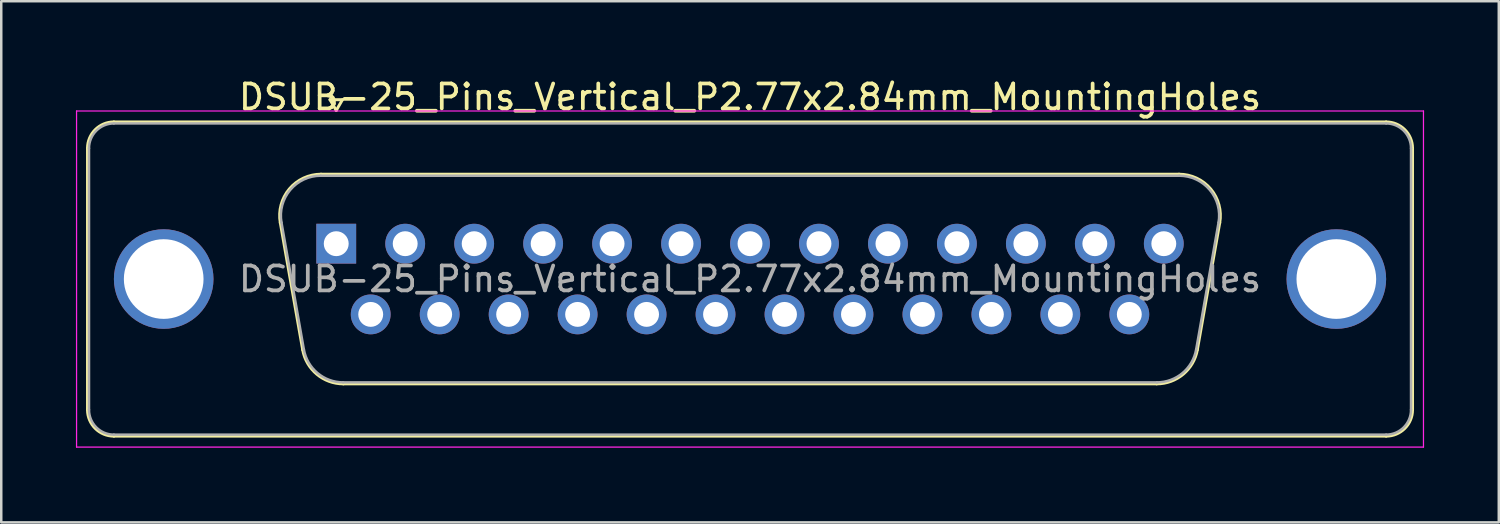
<source format=kicad_pcb>
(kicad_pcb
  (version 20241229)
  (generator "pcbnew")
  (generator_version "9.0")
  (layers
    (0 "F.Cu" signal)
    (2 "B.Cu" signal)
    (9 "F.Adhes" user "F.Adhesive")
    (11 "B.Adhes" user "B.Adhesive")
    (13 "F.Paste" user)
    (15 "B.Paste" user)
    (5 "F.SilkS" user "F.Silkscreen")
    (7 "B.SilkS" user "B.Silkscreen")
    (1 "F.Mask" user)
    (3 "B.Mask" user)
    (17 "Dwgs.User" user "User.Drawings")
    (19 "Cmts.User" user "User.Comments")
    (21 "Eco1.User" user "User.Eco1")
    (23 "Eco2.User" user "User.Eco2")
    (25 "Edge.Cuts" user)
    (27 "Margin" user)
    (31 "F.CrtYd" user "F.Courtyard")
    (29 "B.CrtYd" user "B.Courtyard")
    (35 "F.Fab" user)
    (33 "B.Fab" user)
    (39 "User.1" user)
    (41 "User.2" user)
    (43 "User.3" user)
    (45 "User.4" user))
  (footprint "DSUB-25_Pins_Vertical_P2.77x2.84mm_MountingHoles"
    (layer "F.Cu")
    (at 10.455 6.738)
    (property "Reference" "DSUB-25_Pins_Vertical_P2.77x2.84mm_MountingHoles" (at 16.62 -5.89 0) (layer "F.SilkS") (effects (font (size 1 1) (thickness 0.15))))
    (attr through_hole)
    (fp_line (start -9.99 6.67) (end -9.99 -3.83) (stroke (width 0.12) (type solid)) (layer "F.SilkS"))
    (fp_line (start -8.93 -4.89) (end 42.17 -4.89) (stroke (width 0.12) (type solid)) (layer "F.SilkS"))
    (fp_line (start -1.347 4.258) (end -2.246 -0.842) (stroke (width 0.12) (type solid)) (layer "F.SilkS"))
    (fp_line (start -0.612 -2.79) (end 33.852 -2.79) (stroke (width 0.12) (type solid)) (layer "F.SilkS"))
    (fp_line (start -0.25 -5.784) (end 0.25 -5.784) (stroke (width 0.12) (type solid)) (layer "F.SilkS"))
    (fp_line (start 0 -5.351) (end -0.25 -5.784) (stroke (width 0.12) (type solid)) (layer "F.SilkS"))
    (fp_line (start 0.25 -5.784) (end 0 -5.351) (stroke (width 0.12) (type solid)) (layer "F.SilkS"))
    (fp_line (start 32.952 5.63) (end 0.288 5.63) (stroke (width 0.12) (type solid)) (layer "F.SilkS"))
    (fp_line (start 35.486 -0.842) (end 34.587 4.258) (stroke (width 0.12) (type solid)) (layer "F.SilkS"))
    (fp_line (start 42.17 7.73) (end -8.93 7.73) (stroke (width 0.12) (type solid)) (layer "F.SilkS"))
    (fp_line (start 43.23 -3.83) (end 43.23 6.67) (stroke (width 0.12) (type solid)) (layer "F.SilkS"))
    (fp_arc (start -9.99 -3.83) (mid -9.679533 -4.579533) (end -8.93 -4.89) (stroke (width 0.12) (type solid)) (layer "F.SilkS"))
    (fp_arc (start -8.93 7.73) (mid -9.679533 7.419533) (end -9.99 6.67) (stroke (width 0.12) (type solid)) (layer "F.SilkS"))
    (fp_arc (start -2.24647 -0.841744) (mid -1.883323 -2.197027) (end -0.611689 -2.79) (stroke (width 0.12) (type solid)) (layer "F.SilkS"))
    (fp_arc (start 0.287579 5.63) (mid -0.779449 5.241634) (end -1.347202 4.258256) (stroke (width 0.12) (type solid)) (layer "F.SilkS"))
    (fp_arc (start 33.851689 -2.79) (mid 35.123323 -2.197027) (end 35.48647 -0.841744) (stroke (width 0.12) (type solid)) (layer "F.SilkS"))
    (fp_arc (start 34.587202 4.258256) (mid 34.019449 5.241634) (end 32.952421 5.63) (stroke (width 0.12) (type solid)) (layer "F.SilkS"))
    (fp_arc (start 42.17 -4.89) (mid 42.919533 -4.579533) (end 43.23 -3.83) (stroke (width 0.12) (type solid)) (layer "F.SilkS"))
    (fp_arc (start 43.23 6.67) (mid 42.919533 7.419533) (end 42.17 7.73) (stroke (width 0.12) (type solid)) (layer "F.SilkS"))
    (fp_line (start -10.43 -5.33) (end -10.43 8.17) (stroke (width 0.05) (type solid)) (layer "F.CrtYd"))
    (fp_line (start -10.43 8.17) (end 43.67 8.17) (stroke (width 0.05) (type solid)) (layer "F.CrtYd"))
    (fp_line (start 43.67 -5.33) (end -10.43 -5.33) (stroke (width 0.05) (type solid)) (layer "F.CrtYd"))
    (fp_line (start 43.67 8.17) (end 43.67 -5.33) (stroke (width 0.05) (type solid)) (layer "F.CrtYd"))
    (fp_line (start -9.93 6.67) (end -9.93 -3.83) (stroke (width 0.1) (type solid)) (layer "F.Fab"))
    (fp_line (start -8.93 -4.83) (end 42.17 -4.83) (stroke (width 0.1) (type solid)) (layer "F.Fab"))
    (fp_line (start -1.3 4.248) (end -2.199 -0.852) (stroke (width 0.1) (type solid)) (layer "F.Fab"))
    (fp_line (start -0.623 -2.73) (end 33.863 -2.73) (stroke (width 0.1) (type solid)) (layer "F.Fab"))
    (fp_line (start 32.964 5.57) (end 0.276 5.57) (stroke (width 0.1) (type solid)) (layer "F.Fab"))
    (fp_line (start 35.439 -0.852) (end 34.54 4.248) (stroke (width 0.1) (type solid)) (layer "F.Fab"))
    (fp_line (start 42.17 7.67) (end -8.93 7.67) (stroke (width 0.1) (type solid)) (layer "F.Fab"))
    (fp_line (start 43.17 -3.83) (end 43.17 6.67) (stroke (width 0.1) (type solid)) (layer "F.Fab"))
    (fp_arc (start -9.93 -3.83) (mid -9.637107 -4.537107) (end -8.93 -4.83) (stroke (width 0.1) (type solid)) (layer "F.Fab"))
    (fp_arc (start -8.93 7.67) (mid -9.637107 7.377107) (end -9.93 6.67) (stroke (width 0.1) (type solid)) (layer "F.Fab"))
    (fp_arc (start -2.198887 -0.852163) (mid -1.848865 -2.15846) (end -0.623194 -2.73) (stroke (width 0.1) (type solid)) (layer "F.Fab"))
    (fp_arc (start 0.276073 5.57) (mid -0.752387 5.195671) (end -1.299619 4.247837) (stroke (width 0.1) (type solid)) (layer "F.Fab"))
    (fp_arc (start 33.863194 -2.73) (mid 35.088865 -2.15846) (end 35.438887 -0.852163) (stroke (width 0.1) (type solid)) (layer "F.Fab"))
    (fp_arc (start 34.539619 4.247837) (mid 33.992387 5.195671) (end 32.963927 5.57) (stroke (width 0.1) (type solid)) (layer "F.Fab"))
    (fp_arc (start 42.17 -4.83) (mid 42.877107 -4.537107) (end 43.17 -3.83) (stroke (width 0.1) (type solid)) (layer "F.Fab"))
    (fp_arc (start 43.17 6.67) (mid 42.877107 7.377107) (end 42.17 7.67) (stroke (width 0.1) (type solid)) (layer "F.Fab"))
    (fp_text user "${REFERENCE}" (at 16.62 1.42 0) (layer "F.Fab") (effects (font (size 1 1) (thickness 0.15))))
    (pad "0" thru_hole circle (at -6.93 1.42) (size 4 4) (drill 3.2) (layers "*.Cu" "*.Mask"))
    (pad "0" thru_hole circle (at 40.17 1.42) (size 4 4) (drill 3.2) (layers "*.Cu" "*.Mask"))
    (pad "1" thru_hole rect (at 0 0) (size 1.6 1.6) (drill 1) (layers "*.Cu" "*.Mask"))
    (pad "2" thru_hole circle (at 2.77 0) (size 1.6 1.6) (drill 1) (layers "*.Cu" "*.Mask"))
    (pad "3" thru_hole circle (at 5.54 0) (size 1.6 1.6) (drill 1) (layers "*.Cu" "*.Mask"))
    (pad "4" thru_hole circle (at 8.31 0) (size 1.6 1.6) (drill 1) (layers "*.Cu" "*.Mask"))
    (pad "5" thru_hole circle (at 11.08 0) (size 1.6 1.6) (drill 1) (layers "*.Cu" "*.Mask"))
    (pad "6" thru_hole circle (at 13.85 0) (size 1.6 1.6) (drill 1) (layers "*.Cu" "*.Mask"))
    (pad "7" thru_hole circle (at 16.62 0) (size 1.6 1.6) (drill 1) (layers "*.Cu" "*.Mask"))
    (pad "8" thru_hole circle (at 19.39 0) (size 1.6 1.6) (drill 1) (layers "*.Cu" "*.Mask"))
    (pad "9" thru_hole circle (at 22.16 0) (size 1.6 1.6) (drill 1) (layers "*.Cu" "*.Mask"))
    (pad "10" thru_hole circle (at 24.93 0) (size 1.6 1.6) (drill 1) (layers "*.Cu" "*.Mask"))
    (pad "11" thru_hole circle (at 27.7 0) (size 1.6 1.6) (drill 1) (layers "*.Cu" "*.Mask"))
    (pad "12" thru_hole circle (at 30.47 0) (size 1.6 1.6) (drill 1) (layers "*.Cu" "*.Mask"))
    (pad "13" thru_hole circle (at 33.24 0) (size 1.6 1.6) (drill 1) (layers "*.Cu" "*.Mask"))
    (pad "14" thru_hole circle (at 1.385 2.84) (size 1.6 1.6) (drill 1) (layers "*.Cu" "*.Mask"))
    (pad "15" thru_hole circle (at 4.155 2.84) (size 1.6 1.6) (drill 1) (layers "*.Cu" "*.Mask"))
    (pad "16" thru_hole circle (at 6.925 2.84) (size 1.6 1.6) (drill 1) (layers "*.Cu" "*.Mask"))
    (pad "17" thru_hole circle (at 9.695 2.84) (size 1.6 1.6) (drill 1) (layers "*.Cu" "*.Mask"))
    (pad "18" thru_hole circle (at 12.465 2.84) (size 1.6 1.6) (drill 1) (layers "*.Cu" "*.Mask"))
    (pad "19" thru_hole circle (at 15.235 2.84) (size 1.6 1.6) (drill 1) (layers "*.Cu" "*.Mask"))
    (pad "20" thru_hole circle (at 18.005 2.84) (size 1.6 1.6) (drill 1) (layers "*.Cu" "*.Mask"))
    (pad "21" thru_hole circle (at 20.775 2.84) (size 1.6 1.6) (drill 1) (layers "*.Cu" "*.Mask"))
    (pad "22" thru_hole circle (at 23.545 2.84) (size 1.6 1.6) (drill 1) (layers "*.Cu" "*.Mask"))
    (pad "23" thru_hole circle (at 26.315 2.84) (size 1.6 1.6) (drill 1) (layers "*.Cu" "*.Mask"))
    (pad "24" thru_hole circle (at 29.085 2.84) (size 1.6 1.6) (drill 1) (layers "*.Cu" "*.Mask"))
    (pad "25" thru_hole circle (at 31.855 2.84) (size 1.6 1.6) (drill 1) (layers "*.Cu" "*.Mask")))
  (gr_rect
    (start -3 -3)
    (end 57.15 17.933)
    (stroke (width 0.1) (type default))
    (fill no)
    (layer "Edge.Cuts")))
</source>
